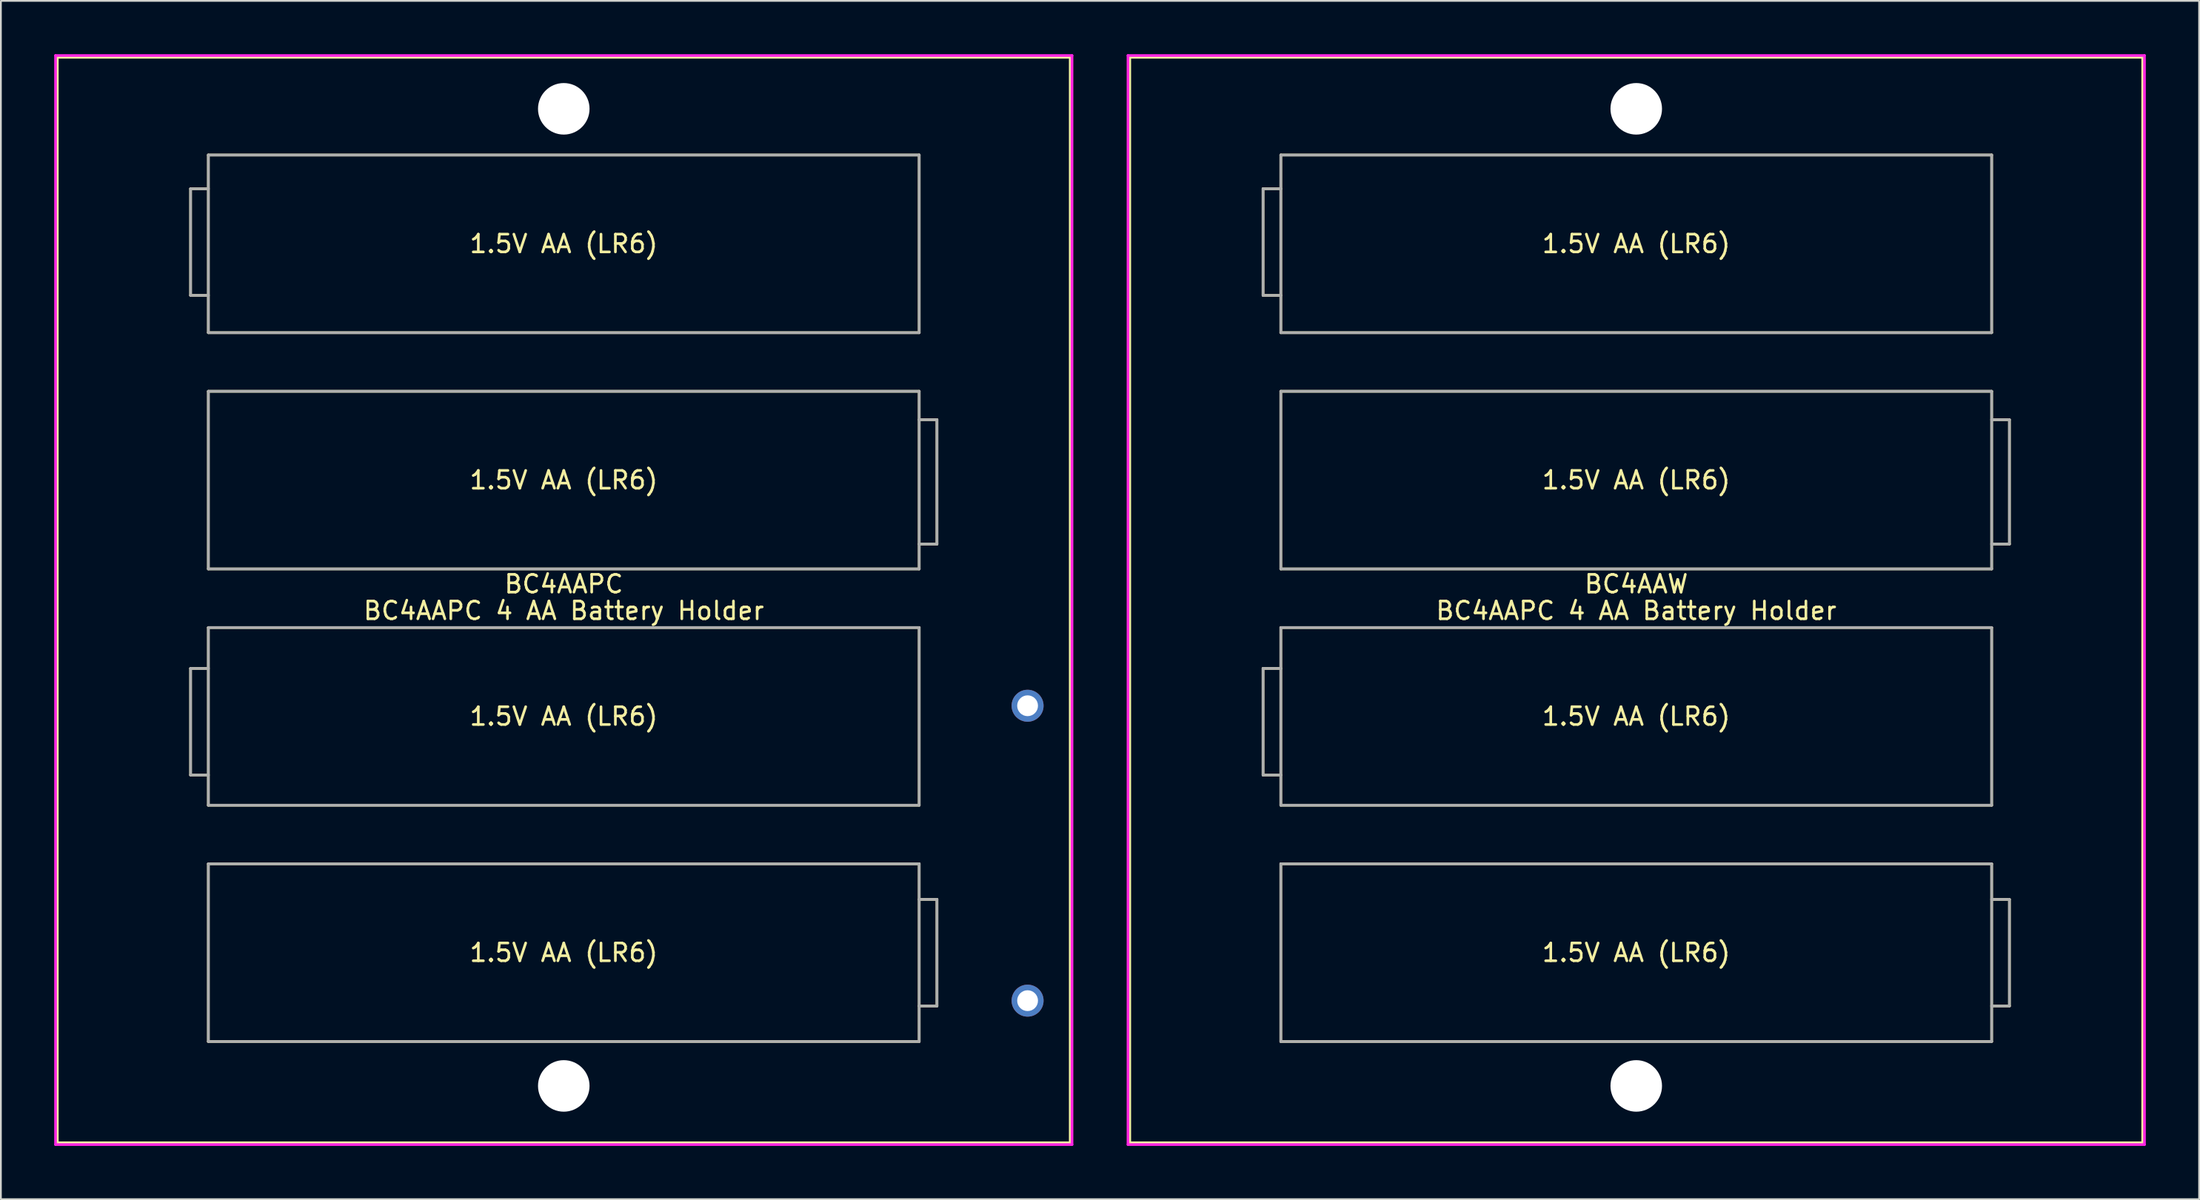
<source format=kicad_pcb>
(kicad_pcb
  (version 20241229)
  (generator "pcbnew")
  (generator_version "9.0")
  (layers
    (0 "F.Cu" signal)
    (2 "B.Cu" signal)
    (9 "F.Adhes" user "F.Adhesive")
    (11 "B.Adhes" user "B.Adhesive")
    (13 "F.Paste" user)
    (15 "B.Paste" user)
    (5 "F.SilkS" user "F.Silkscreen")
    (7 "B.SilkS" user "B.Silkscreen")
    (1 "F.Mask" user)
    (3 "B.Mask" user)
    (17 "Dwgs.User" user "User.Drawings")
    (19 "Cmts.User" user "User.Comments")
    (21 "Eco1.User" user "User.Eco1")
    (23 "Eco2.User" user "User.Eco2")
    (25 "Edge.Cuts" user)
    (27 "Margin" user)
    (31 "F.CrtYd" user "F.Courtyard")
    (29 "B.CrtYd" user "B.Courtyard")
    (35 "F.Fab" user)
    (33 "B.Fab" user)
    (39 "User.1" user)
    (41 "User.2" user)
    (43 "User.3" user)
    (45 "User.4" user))
  (footprint "BC4AAW"
    (layer "F.Cu")
    (at 89.025 30.575)
    (property "Reference" "BC4AAW" (at 0 -0.75 0) (layer "F.SilkS") (effects (font (size 1 1) (thickness 0.15))))
    (attr through_hole)
    (fp_line (start -28.5 -30.4) (end 28.5 -30.4) (stroke (width 0.15) (type solid)) (layer "F.SilkS"))
    (fp_line (start -28.5 30.7) (end -28.5 -30.4) (stroke (width 0.15) (type solid)) (layer "F.SilkS"))
    (fp_line (start -21 -23) (end -21 -17) (stroke (width 0.15) (type solid)) (layer "F.SilkS"))
    (fp_line (start -21 -17) (end -20 -17) (stroke (width 0.15) (type solid)) (layer "F.SilkS"))
    (fp_line (start -21 4) (end -21 10) (stroke (width 0.15) (type solid)) (layer "F.SilkS"))
    (fp_line (start -21 10) (end -20 10) (stroke (width 0.15) (type solid)) (layer "F.SilkS"))
    (fp_line (start -20 -24.9) (end 20 -24.9) (stroke (width 0.15) (type solid)) (layer "F.SilkS"))
    (fp_line (start -20 -23) (end -21 -23) (stroke (width 0.15) (type solid)) (layer "F.SilkS"))
    (fp_line (start -20 -14.9) (end -20 -24.9) (stroke (width 0.15) (type solid)) (layer "F.SilkS"))
    (fp_line (start -20 -11.6) (end 20 -11.6) (stroke (width 0.15) (type solid)) (layer "F.SilkS"))
    (fp_line (start -20 -1.6) (end -20 -11.6) (stroke (width 0.15) (type solid)) (layer "F.SilkS"))
    (fp_line (start -20 1.7) (end 20 1.7) (stroke (width 0.15) (type solid)) (layer "F.SilkS"))
    (fp_line (start -20 4) (end -21 4) (stroke (width 0.15) (type solid)) (layer "F.SilkS"))
    (fp_line (start -20 11.7) (end -20 1.7) (stroke (width 0.15) (type solid)) (layer "F.SilkS"))
    (fp_line (start -20 15) (end 20 15) (stroke (width 0.15) (type solid)) (layer "F.SilkS"))
    (fp_line (start -20 25) (end -20 15) (stroke (width 0.15) (type solid)) (layer "F.SilkS"))
    (fp_line (start 20 -24.9) (end 20 -14.9) (stroke (width 0.15) (type solid)) (layer "F.SilkS"))
    (fp_line (start 20 -14.9) (end -20 -14.9) (stroke (width 0.15) (type solid)) (layer "F.SilkS"))
    (fp_line (start 20 -11.6) (end 20 -1.6) (stroke (width 0.15) (type solid)) (layer "F.SilkS"))
    (fp_line (start 20 -10) (end 21 -10) (stroke (width 0.15) (type solid)) (layer "F.SilkS"))
    (fp_line (start 20 -1.6) (end -20 -1.6) (stroke (width 0.15) (type solid)) (layer "F.SilkS"))
    (fp_line (start 20 1.7) (end 20 11.7) (stroke (width 0.15) (type solid)) (layer "F.SilkS"))
    (fp_line (start 20 11.7) (end -20 11.7) (stroke (width 0.15) (type solid)) (layer "F.SilkS"))
    (fp_line (start 20 15) (end 20 25) (stroke (width 0.15) (type solid)) (layer "F.SilkS"))
    (fp_line (start 20 17) (end 21 17) (stroke (width 0.15) (type solid)) (layer "F.SilkS"))
    (fp_line (start 20 25) (end -20 25) (stroke (width 0.15) (type solid)) (layer "F.SilkS"))
    (fp_line (start 21 -10) (end 21 -3) (stroke (width 0.15) (type solid)) (layer "F.SilkS"))
    (fp_line (start 21 -3) (end 20 -3) (stroke (width 0.15) (type solid)) (layer "F.SilkS"))
    (fp_line (start 21 17) (end 21 23) (stroke (width 0.15) (type solid)) (layer "F.SilkS"))
    (fp_line (start 21 23) (end 20 23) (stroke (width 0.15) (type solid)) (layer "F.SilkS"))
    (fp_line (start 28.5 -30.4) (end 28.5 30.7) (stroke (width 0.15) (type solid)) (layer "F.SilkS"))
    (fp_line (start 28.5 30.7) (end -28.5 30.7) (stroke (width 0.15) (type solid)) (layer "F.SilkS"))
    (fp_line (start -28.6 -30.5) (end 28.6 -30.5) (stroke (width 0.15) (type solid)) (layer "F.CrtYd"))
    (fp_line (start -28.6 30.8) (end -28.6 -30.5) (stroke (width 0.15) (type solid)) (layer "F.CrtYd"))
    (fp_line (start 28.6 -30.5) (end 28.6 30.8) (stroke (width 0.15) (type solid)) (layer "F.CrtYd"))
    (fp_line (start 28.6 30.8) (end -28.6 30.8) (stroke (width 0.15) (type solid)) (layer "F.CrtYd"))
    (fp_line (start -21 -23) (end -21 -17) (stroke (width 0.15) (type solid)) (layer "F.Fab"))
    (fp_line (start -21 -17) (end -20 -17) (stroke (width 0.15) (type solid)) (layer "F.Fab"))
    (fp_line (start -21 4) (end -21 10) (stroke (width 0.15) (type solid)) (layer "F.Fab"))
    (fp_line (start -21 10) (end -20 10) (stroke (width 0.15) (type solid)) (layer "F.Fab"))
    (fp_line (start -20 -24.9) (end 20 -24.9) (stroke (width 0.15) (type solid)) (layer "F.Fab"))
    (fp_line (start -20 -23) (end -21 -23) (stroke (width 0.15) (type solid)) (layer "F.Fab"))
    (fp_line (start -20 -14.9) (end -20 -24.9) (stroke (width 0.15) (type solid)) (layer "F.Fab"))
    (fp_line (start -20 -11.6) (end 20 -11.6) (stroke (width 0.15) (type solid)) (layer "F.Fab"))
    (fp_line (start -20 -1.6) (end -20 -11.6) (stroke (width 0.15) (type solid)) (layer "F.Fab"))
    (fp_line (start -20 1.7) (end 20 1.7) (stroke (width 0.15) (type solid)) (layer "F.Fab"))
    (fp_line (start -20 4) (end -21 4) (stroke (width 0.15) (type solid)) (layer "F.Fab"))
    (fp_line (start -20 11.7) (end -20 1.7) (stroke (width 0.15) (type solid)) (layer "F.Fab"))
    (fp_line (start -20 15) (end 20 15) (stroke (width 0.15) (type solid)) (layer "F.Fab"))
    (fp_line (start -20 25) (end -20 15) (stroke (width 0.15) (type solid)) (layer "F.Fab"))
    (fp_line (start 20 -24.9) (end 20 -14.9) (stroke (width 0.15) (type solid)) (layer "F.Fab"))
    (fp_line (start 20 -14.9) (end -20 -14.9) (stroke (width 0.15) (type solid)) (layer "F.Fab"))
    (fp_line (start 20 -11.6) (end 20 -1.6) (stroke (width 0.15) (type solid)) (layer "F.Fab"))
    (fp_line (start 20 -3) (end 21 -3) (stroke (width 0.15) (type solid)) (layer "F.Fab"))
    (fp_line (start 20 -1.6) (end -20 -1.6) (stroke (width 0.15) (type solid)) (layer "F.Fab"))
    (fp_line (start 20 1.7) (end 20 11.7) (stroke (width 0.15) (type solid)) (layer "F.Fab"))
    (fp_line (start 20 11.7) (end -20 11.7) (stroke (width 0.15) (type solid)) (layer "F.Fab"))
    (fp_line (start 20 15) (end 20 25) (stroke (width 0.15) (type solid)) (layer "F.Fab"))
    (fp_line (start 20 17) (end 21 17) (stroke (width 0.15) (type solid)) (layer "F.Fab"))
    (fp_line (start 20 25) (end -20 25) (stroke (width 0.15) (type solid)) (layer "F.Fab"))
    (fp_line (start 21 -10) (end 20 -10) (stroke (width 0.15) (type solid)) (layer "F.Fab"))
    (fp_line (start 21 -3) (end 21 -10) (stroke (width 0.15) (type solid)) (layer "F.Fab"))
    (fp_line (start 21 17) (end 21 23) (stroke (width 0.15) (type solid)) (layer "F.Fab"))
    (fp_line (start 21 23) (end 20 23) (stroke (width 0.15) (type solid)) (layer "F.Fab"))
    (fp_text user "1.5V AA (LR6)" (at 0 20 0) (layer "F.SilkS") (effects (font (size 1 1) (thickness 0.15))))
    (fp_text user "1.5V AA (LR6)" (at 0 -6.6 0) (layer "F.SilkS") (effects (font (size 1 1) (thickness 0.15))))
    (fp_text user "1.5V AA (LR6)" (at 0 6.7 0) (layer "F.SilkS") (effects (font (size 1 1) (thickness 0.15))))
    (fp_text user "1.5V AA (LR6)" (at 0 -19.9 0) (layer "F.SilkS") (effects (font (size 1 1) (thickness 0.15))))
    (fp_text user "BC4AAPC 4 AA Battery Holder" (at 0 0.75 0) (layer "F.SilkS") (effects (font (size 1 1) (thickness 0.15))))
    (pad "" np_thru_hole circle (at 0 -27.5) (size 2.9 2.9) (drill 2.9) (layers "*.Cu" "*.Mask"))
    (pad "" np_thru_hole circle (at 0 27.5) (size 2.9 2.9) (drill 2.9) (layers "*.Cu" "*.Mask")))
  (footprint "BC4AAPC"
    (layer "F.Cu")
    (at 28.675 30.575)
    (property "Reference" "BC4AAPC" (at 0 -0.75 0) (layer "F.SilkS") (effects (font (size 1 1) (thickness 0.15))))
    (attr through_hole)
    (fp_line (start -28.5 -30.4) (end 28.5 -30.4) (stroke (width 0.15) (type solid)) (layer "F.SilkS"))
    (fp_line (start -28.5 30.7) (end -28.5 -30.4) (stroke (width 0.15) (type solid)) (layer "F.SilkS"))
    (fp_line (start -21 -23) (end -21 -17) (stroke (width 0.15) (type solid)) (layer "F.SilkS"))
    (fp_line (start -21 -17) (end -20 -17) (stroke (width 0.15) (type solid)) (layer "F.SilkS"))
    (fp_line (start -21 4) (end -21 10) (stroke (width 0.15) (type solid)) (layer "F.SilkS"))
    (fp_line (start -21 10) (end -20 10) (stroke (width 0.15) (type solid)) (layer "F.SilkS"))
    (fp_line (start -20 -24.9) (end 20 -24.9) (stroke (width 0.15) (type solid)) (layer "F.SilkS"))
    (fp_line (start -20 -23) (end -21 -23) (stroke (width 0.15) (type solid)) (layer "F.SilkS"))
    (fp_line (start -20 -14.9) (end -20 -24.9) (stroke (width 0.15) (type solid)) (layer "F.SilkS"))
    (fp_line (start -20 -11.6) (end 20 -11.6) (stroke (width 0.15) (type solid)) (layer "F.SilkS"))
    (fp_line (start -20 -1.6) (end -20 -11.6) (stroke (width 0.15) (type solid)) (layer "F.SilkS"))
    (fp_line (start -20 1.7) (end 20 1.7) (stroke (width 0.15) (type solid)) (layer "F.SilkS"))
    (fp_line (start -20 4) (end -21 4) (stroke (width 0.15) (type solid)) (layer "F.SilkS"))
    (fp_line (start -20 11.7) (end -20 1.7) (stroke (width 0.15) (type solid)) (layer "F.SilkS"))
    (fp_line (start -20 15) (end 20 15) (stroke (width 0.15) (type solid)) (layer "F.SilkS"))
    (fp_line (start -20 25) (end -20 15) (stroke (width 0.15) (type solid)) (layer "F.SilkS"))
    (fp_line (start 20 -24.9) (end 20 -14.9) (stroke (width 0.15) (type solid)) (layer "F.SilkS"))
    (fp_line (start 20 -14.9) (end -20 -14.9) (stroke (width 0.15) (type solid)) (layer "F.SilkS"))
    (fp_line (start 20 -11.6) (end 20 -1.6) (stroke (width 0.15) (type solid)) (layer "F.SilkS"))
    (fp_line (start 20 -10) (end 21 -10) (stroke (width 0.15) (type solid)) (layer "F.SilkS"))
    (fp_line (start 20 -1.6) (end -20 -1.6) (stroke (width 0.15) (type solid)) (layer "F.SilkS"))
    (fp_line (start 20 1.7) (end 20 11.7) (stroke (width 0.15) (type solid)) (layer "F.SilkS"))
    (fp_line (start 20 11.7) (end -20 11.7) (stroke (width 0.15) (type solid)) (layer "F.SilkS"))
    (fp_line (start 20 15) (end 20 25) (stroke (width 0.15) (type solid)) (layer "F.SilkS"))
    (fp_line (start 20 17) (end 21 17) (stroke (width 0.15) (type solid)) (layer "F.SilkS"))
    (fp_line (start 20 25) (end -20 25) (stroke (width 0.15) (type solid)) (layer "F.SilkS"))
    (fp_line (start 21 -10) (end 21 -3) (stroke (width 0.15) (type solid)) (layer "F.SilkS"))
    (fp_line (start 21 -3) (end 20 -3) (stroke (width 0.15) (type solid)) (layer "F.SilkS"))
    (fp_line (start 21 17) (end 21 23) (stroke (width 0.15) (type solid)) (layer "F.SilkS"))
    (fp_line (start 21 23) (end 20 23) (stroke (width 0.15) (type solid)) (layer "F.SilkS"))
    (fp_line (start 28.5 -30.4) (end 28.5 30.7) (stroke (width 0.15) (type solid)) (layer "F.SilkS"))
    (fp_line (start 28.5 30.7) (end -28.5 30.7) (stroke (width 0.15) (type solid)) (layer "F.SilkS"))
    (fp_line (start -28.6 -30.5) (end 28.6 -30.5) (stroke (width 0.15) (type solid)) (layer "F.CrtYd"))
    (fp_line (start -28.6 30.8) (end -28.6 -30.5) (stroke (width 0.15) (type solid)) (layer "F.CrtYd"))
    (fp_line (start 28.6 -30.5) (end 28.6 30.8) (stroke (width 0.15) (type solid)) (layer "F.CrtYd"))
    (fp_line (start 28.6 30.8) (end -28.6 30.8) (stroke (width 0.15) (type solid)) (layer "F.CrtYd"))
    (fp_line (start -21 -23) (end -21 -17) (stroke (width 0.15) (type solid)) (layer "F.Fab"))
    (fp_line (start -21 -17) (end -20 -17) (stroke (width 0.15) (type solid)) (layer "F.Fab"))
    (fp_line (start -21 4) (end -21 10) (stroke (width 0.15) (type solid)) (layer "F.Fab"))
    (fp_line (start -21 10) (end -20 10) (stroke (width 0.15) (type solid)) (layer "F.Fab"))
    (fp_line (start -20 -24.9) (end 20 -24.9) (stroke (width 0.15) (type solid)) (layer "F.Fab"))
    (fp_line (start -20 -23) (end -21 -23) (stroke (width 0.15) (type solid)) (layer "F.Fab"))
    (fp_line (start -20 -14.9) (end -20 -24.9) (stroke (width 0.15) (type solid)) (layer "F.Fab"))
    (fp_line (start -20 -11.6) (end 20 -11.6) (stroke (width 0.15) (type solid)) (layer "F.Fab"))
    (fp_line (start -20 -1.6) (end -20 -11.6) (stroke (width 0.15) (type solid)) (layer "F.Fab"))
    (fp_line (start -20 1.7) (end 20 1.7) (stroke (width 0.15) (type solid)) (layer "F.Fab"))
    (fp_line (start -20 4) (end -21 4) (stroke (width 0.15) (type solid)) (layer "F.Fab"))
    (fp_line (start -20 11.7) (end -20 1.7) (stroke (width 0.15) (type solid)) (layer "F.Fab"))
    (fp_line (start -20 15) (end 20 15) (stroke (width 0.15) (type solid)) (layer "F.Fab"))
    (fp_line (start -20 25) (end -20 15) (stroke (width 0.15) (type solid)) (layer "F.Fab"))
    (fp_line (start 20 -24.9) (end 20 -14.9) (stroke (width 0.15) (type solid)) (layer "F.Fab"))
    (fp_line (start 20 -14.9) (end -20 -14.9) (stroke (width 0.15) (type solid)) (layer "F.Fab"))
    (fp_line (start 20 -11.6) (end 20 -1.6) (stroke (width 0.15) (type solid)) (layer "F.Fab"))
    (fp_line (start 20 -3) (end 21 -3) (stroke (width 0.15) (type solid)) (layer "F.Fab"))
    (fp_line (start 20 -1.6) (end -20 -1.6) (stroke (width 0.15) (type solid)) (layer "F.Fab"))
    (fp_line (start 20 1.7) (end 20 11.7) (stroke (width 0.15) (type solid)) (layer "F.Fab"))
    (fp_line (start 20 11.7) (end -20 11.7) (stroke (width 0.15) (type solid)) (layer "F.Fab"))
    (fp_line (start 20 15) (end 20 25) (stroke (width 0.15) (type solid)) (layer "F.Fab"))
    (fp_line (start 20 17) (end 21 17) (stroke (width 0.15) (type solid)) (layer "F.Fab"))
    (fp_line (start 20 25) (end -20 25) (stroke (width 0.15) (type solid)) (layer "F.Fab"))
    (fp_line (start 21 -10) (end 20 -10) (stroke (width 0.15) (type solid)) (layer "F.Fab"))
    (fp_line (start 21 -3) (end 21 -10) (stroke (width 0.15) (type solid)) (layer "F.Fab"))
    (fp_line (start 21 17) (end 21 23) (stroke (width 0.15) (type solid)) (layer "F.Fab"))
    (fp_line (start 21 23) (end 20 23) (stroke (width 0.15) (type solid)) (layer "F.Fab"))
    (fp_text user "1.5V AA (LR6)" (at 0 -19.9 0) (layer "F.SilkS") (effects (font (size 1 1) (thickness 0.15))))
    (fp_text user "BC4AAPC 4 AA Battery Holder" (at 0 0.75 0) (layer "F.SilkS") (effects (font (size 1 1) (thickness 0.15))))
    (fp_text user "1.5V AA (LR6)" (at 0 6.7 0) (layer "F.SilkS") (effects (font (size 1 1) (thickness 0.15))))
    (fp_text user "1.5V AA (LR6)" (at 0 20 0) (layer "F.SilkS") (effects (font (size 1 1) (thickness 0.15))))
    (fp_text user "1.5V AA (LR6)" (at 0 -6.6 0) (layer "F.SilkS") (effects (font (size 1 1) (thickness 0.15))))
    (pad "" np_thru_hole circle (at 0 -27.5) (size 2.9 2.9) (drill 2.9) (layers "*.Cu" "*.Mask"))
    (pad "" np_thru_hole circle (at 0 27.5) (size 2.9 2.9) (drill 2.9) (layers "*.Cu" "*.Mask"))
    (pad "1" thru_hole circle (at 26.1 22.7) (size 1.8 1.8) (drill 1.17) (layers "*.Cu" "*.Mask"))
    (pad "2" thru_hole circle (at 26.1 6.1) (size 1.8 1.8) (drill 1.17) (layers "*.Cu" "*.Mask")))
  (gr_rect
    (start -3 -3)
    (end 120.7 64.45)
    (stroke (width 0.1) (type default))
    (fill no)
    (layer "Edge.Cuts")))
</source>
